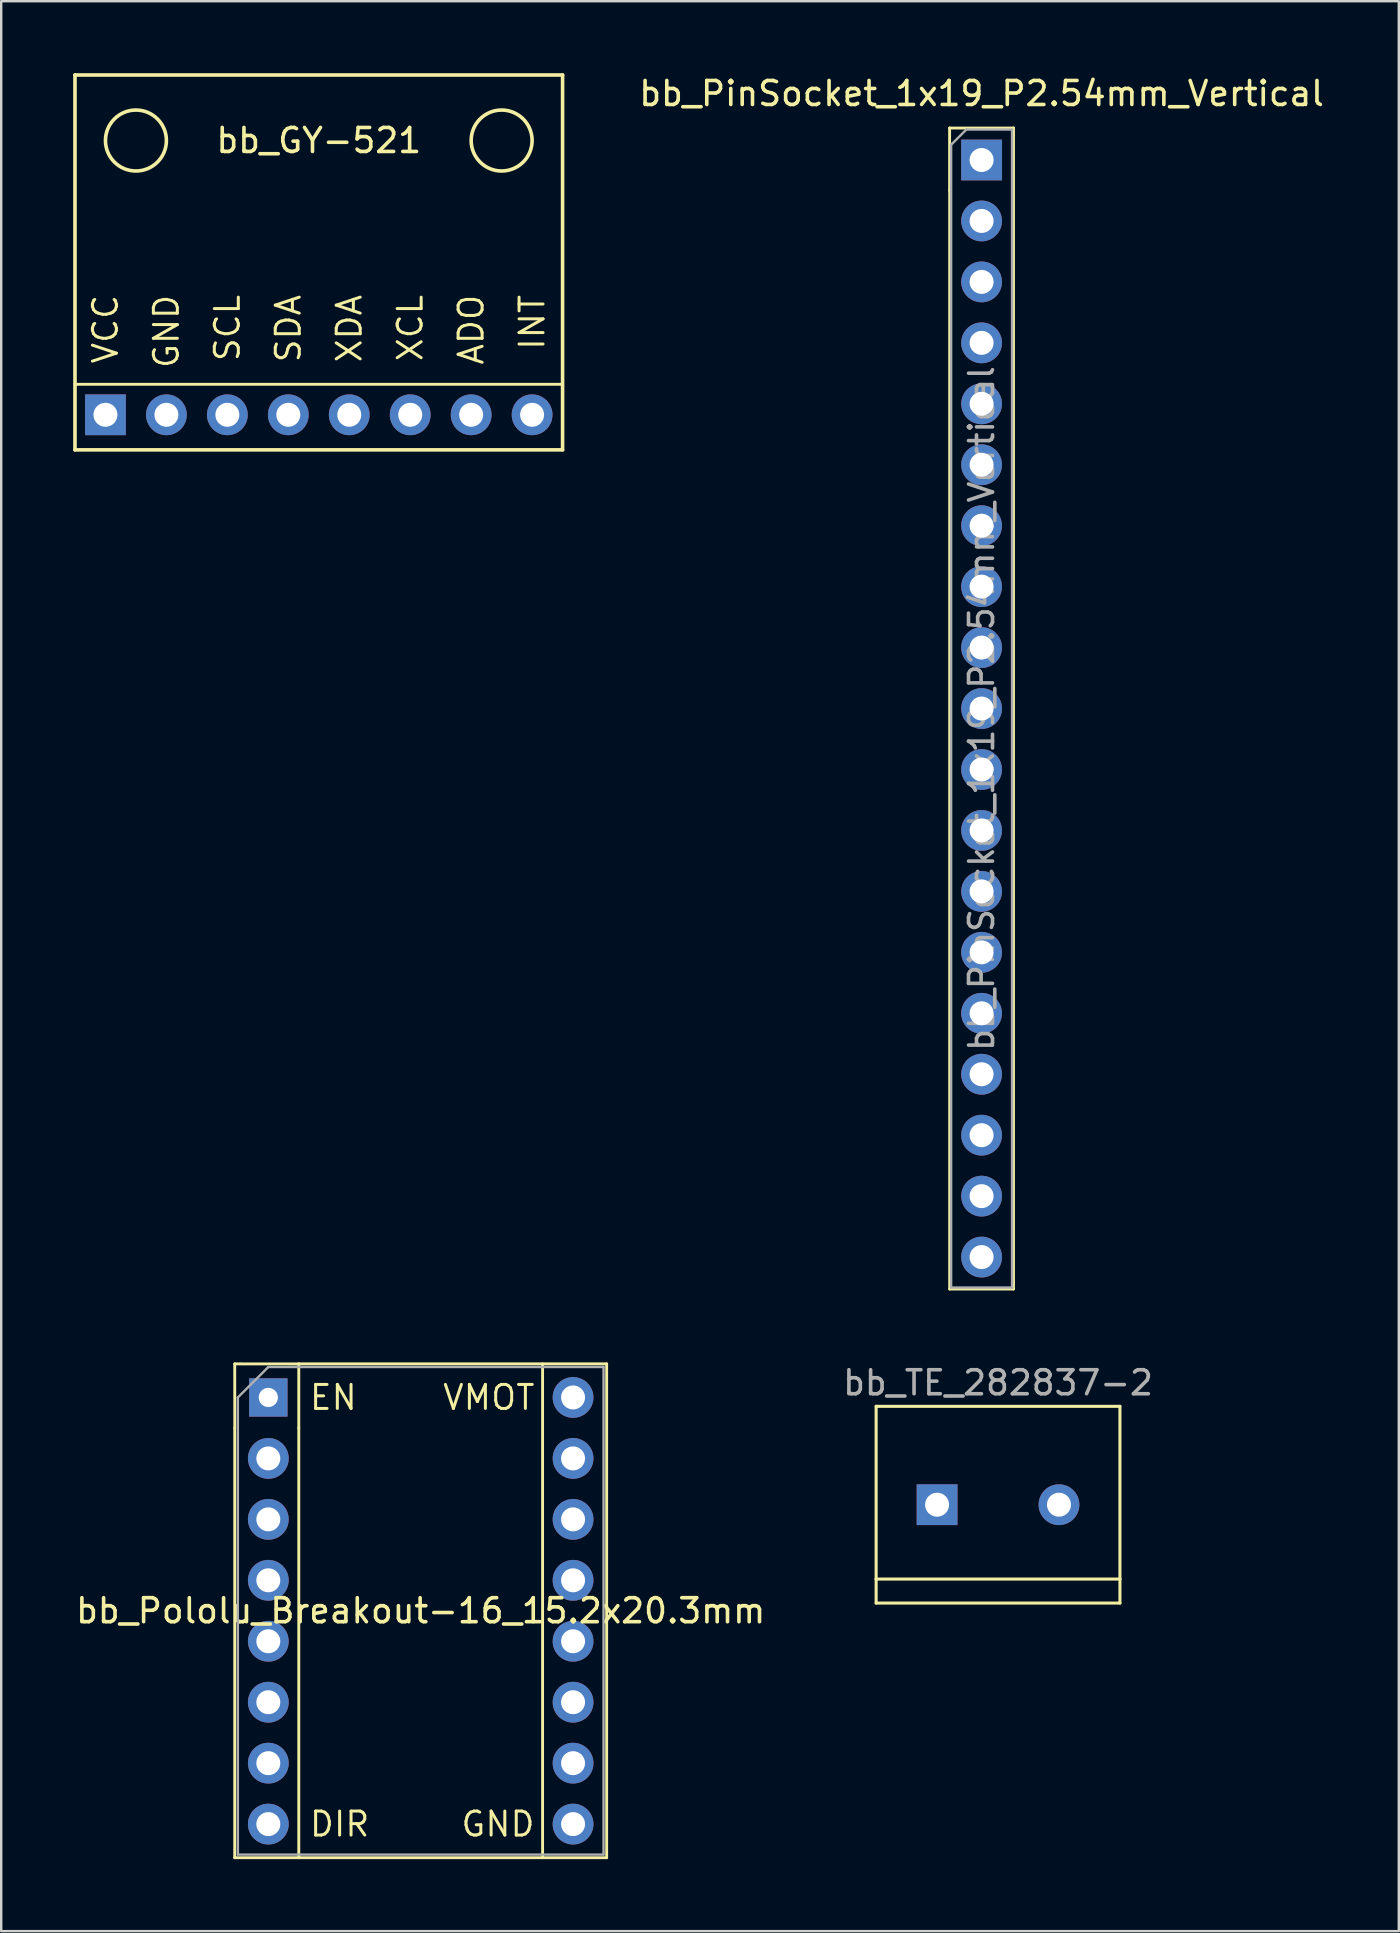
<source format=kicad_pcb>
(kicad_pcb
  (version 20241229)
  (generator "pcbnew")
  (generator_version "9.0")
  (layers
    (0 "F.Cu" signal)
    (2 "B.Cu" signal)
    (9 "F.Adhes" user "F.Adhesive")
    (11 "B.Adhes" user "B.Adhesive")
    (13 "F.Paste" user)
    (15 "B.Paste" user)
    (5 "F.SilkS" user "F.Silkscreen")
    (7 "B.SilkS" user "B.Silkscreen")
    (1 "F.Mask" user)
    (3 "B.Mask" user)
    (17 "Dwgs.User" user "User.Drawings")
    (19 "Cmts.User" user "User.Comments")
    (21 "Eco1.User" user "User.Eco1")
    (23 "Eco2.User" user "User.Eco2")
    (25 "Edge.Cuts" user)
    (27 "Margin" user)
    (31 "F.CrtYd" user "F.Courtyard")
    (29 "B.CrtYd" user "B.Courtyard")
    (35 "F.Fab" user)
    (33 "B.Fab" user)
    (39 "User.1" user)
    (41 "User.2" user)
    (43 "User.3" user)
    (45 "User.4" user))
  (footprint "bb_TE_282837-2"
    (layer "F.Cu")
    (at 38.542 59.657)
    (property "Reference" "bb_TE_282837-2" (at 0 -5.08 0) (layer "F.Fab") (effects (font (size 1 1) (thickness 0.15))))
    (attr through_hole)
    (fp_line (start -5.08 -4.1) (end 5.08 -4.1) (stroke (width 0.127) (type solid)) (layer "F.SilkS"))
    (fp_line (start -5.08 3.1) (end -5.08 -4.1) (stroke (width 0.127) (type solid)) (layer "F.SilkS"))
    (fp_line (start -5.08 3.1) (end 5.08 3.1) (stroke (width 0.127) (type solid)) (layer "F.SilkS"))
    (fp_line (start -5.08 4.1) (end -5.08 3.1) (stroke (width 0.127) (type solid)) (layer "F.SilkS"))
    (fp_line (start 5.08 -4.1) (end 5.08 3.1) (stroke (width 0.127) (type solid)) (layer "F.SilkS"))
    (fp_line (start 5.08 3.1) (end 5.08 4.1) (stroke (width 0.127) (type solid)) (layer "F.SilkS"))
    (fp_line (start 5.08 4.1) (end -5.08 4.1) (stroke (width 0.127) (type solid)) (layer "F.SilkS"))
    (fp_line (start -5.08 -4.1) (end 5.08 -4.1) (stroke (width 0.127) (type solid)) (layer "Eco2.User"))
    (fp_line (start -5.08 4.1) (end -5.08 -4.1) (stroke (width 0.127) (type solid)) (layer "Eco2.User"))
    (fp_line (start 5.08 -4.1) (end 5.08 4.1) (stroke (width 0.127) (type solid)) (layer "Eco2.User"))
    (fp_line (start 5.08 4.1) (end -5.08 4.1) (stroke (width 0.127) (type solid)) (layer "Eco2.User"))
    (pad "1" thru_hole rect (at -2.54 0) (size 1.7 1.7) (drill 1) (layers "*.Cu" "*.Mask"))
    (pad "2" thru_hole oval (at 2.54 0) (size 1.7 1.7) (drill 1) (layers "*.Cu" "*.Mask")))
  (footprint "bb_Pololu_Breakout-16_15.2x20.3mm"
    (layer "F.Cu")
    (at 14.482 62.808)
    (property "Reference" "bb_Pololu_Breakout-16_15.2x20.3mm" (at 0 1.27 0) (layer "F.SilkS") (effects (font (size 1 1) (thickness 0.15))))
    (attr through_hole)
    (fp_line (start -7.75 -9.02) (end -7.747 -6.35) (stroke (width 0.12) (type solid)) (layer "F.SilkS"))
    (fp_line (start -7.75 -6.35) (end -7.75 11.56) (stroke (width 0.12) (type solid)) (layer "F.SilkS"))
    (fp_line (start -7.75 11.56) (end 7.75 11.56) (stroke (width 0.12) (type solid)) (layer "F.SilkS"))
    (fp_line (start -5.08 -9.02) (end -5.08 -6.35) (stroke (width 0.12) (type solid)) (layer "F.SilkS"))
    (fp_line (start -5.08 -9.017) (end -7.75 -9.02) (stroke (width 0.12) (type solid)) (layer "F.SilkS"))
    (fp_line (start -5.08 -6.35) (end -5.08 11.56) (stroke (width 0.12) (type solid)) (layer "F.SilkS"))
    (fp_line (start 5.08 -9.02) (end 5.08 11.56) (stroke (width 0.12) (type solid)) (layer "F.SilkS"))
    (fp_line (start 7.75 -9.02) (end -5.08 -9.02) (stroke (width 0.12) (type solid)) (layer "F.SilkS"))
    (fp_line (start 7.75 11.56) (end 7.75 -9.02) (stroke (width 0.12) (type solid)) (layer "F.SilkS"))
    (fp_line (start -7.62 -7.62) (end -6.35 -8.89) (stroke (width 0.1) (type solid)) (layer "F.Fab"))
    (fp_line (start -7.62 11.43) (end -7.62 -7.62) (stroke (width 0.1) (type solid)) (layer "F.Fab"))
    (fp_line (start -6.35 -8.89) (end 7.62 -8.89) (stroke (width 0.1) (type solid)) (layer "F.Fab"))
    (fp_line (start 7.62 -8.89) (end 7.62 11.43) (stroke (width 0.1) (type solid)) (layer "F.Fab"))
    (fp_line (start 7.62 11.43) (end -7.62 11.43) (stroke (width 0.1) (type solid)) (layer "F.Fab"))
    (fp_text user "EN" (at -4.699 -7.62 0) (layer "F.SilkS") (effects (font (size 1 1) (thickness 0.125)) (justify left)))
    (fp_text user "GND" (at 4.826 10.16 0) (layer "F.SilkS") (effects (font (size 1 1) (thickness 0.125)) (justify right)))
    (fp_text user "DIR" (at -4.699 10.16 0) (layer "F.SilkS") (effects (font (size 1 1) (thickness 0.125)) (justify left)))
    (fp_text user "VMOT" (at 4.826 -7.62 0) (layer "F.SilkS") (effects (font (size 1 1) (thickness 0.125)) (justify right)))
    (pad "1" thru_hole rect (at -6.35 -7.62) (size 1.6 1.6) (drill 0.8) (layers "*.Cu" "*.Mask"))
    (pad "2" thru_hole oval (at -6.35 -5.08) (size 1.7 1.7) (drill 1) (layers "*.Cu" "*.Mask"))
    (pad "3" thru_hole oval (at -6.35 -2.54) (size 1.7 1.7) (drill 1) (layers "*.Cu" "*.Mask"))
    (pad "4" thru_hole oval (at -6.35 0) (size 1.7 1.7) (drill 1) (layers "*.Cu" "*.Mask"))
    (pad "5" thru_hole oval (at -6.35 2.54) (size 1.7 1.7) (drill 1) (layers "*.Cu" "*.Mask"))
    (pad "6" thru_hole oval (at -6.35 5.08) (size 1.7 1.7) (drill 1) (layers "*.Cu" "*.Mask"))
    (pad "7" thru_hole oval (at -6.35 7.62) (size 1.7 1.7) (drill 1) (layers "*.Cu" "*.Mask"))
    (pad "8" thru_hole oval (at -6.35 10.16) (size 1.7 1.7) (drill 1) (layers "*.Cu" "*.Mask"))
    (pad "9" thru_hole oval (at 6.35 10.16) (size 1.7 1.7) (drill 1) (layers "*.Cu" "*.Mask"))
    (pad "10" thru_hole oval (at 6.35 7.62) (size 1.7 1.7) (drill 1) (layers "*.Cu" "*.Mask"))
    (pad "11" thru_hole oval (at 6.35 5.08) (size 1.7 1.7) (drill 1) (layers "*.Cu" "*.Mask"))
    (pad "12" thru_hole oval (at 6.35 2.54) (size 1.7 1.7) (drill 1) (layers "*.Cu" "*.Mask"))
    (pad "13" thru_hole oval (at 6.35 0) (size 1.7 1.7) (drill 1) (layers "*.Cu" "*.Mask"))
    (pad "14" thru_hole oval (at 6.35 -2.54) (size 1.7 1.7) (drill 1) (layers "*.Cu" "*.Mask"))
    (pad "15" thru_hole oval (at 6.35 -5.08) (size 1.7 1.7) (drill 1) (layers "*.Cu" "*.Mask"))
    (pad "16" thru_hole oval (at 6.35 -7.62) (size 1.7 1.7) (drill 1) (layers "*.Cu" "*.Mask")))
  (footprint "bb_GY-521"
    (layer "F.Cu")
    (at 10.235 7.886)
    (property "Reference" "bb_GY-521" (at 0 -5.08 0) (layer "F.SilkS") (effects (font (size 1 1) (thickness 0.15))))
    (attr through_hole)
    (fp_line (start -10.16 -7.811) (end 10.16 -7.811) (stroke (width 0.15) (type solid)) (layer "F.SilkS"))
    (fp_line (start -10.16 5.08) (end 10.16 5.08) (stroke (width 0.12) (type solid)) (layer "F.SilkS"))
    (fp_line (start -10.16 7.811) (end -10.16 -7.811) (stroke (width 0.15) (type solid)) (layer "F.SilkS"))
    (fp_line (start 10.16 -7.811) (end 10.16 7.811) (stroke (width 0.15) (type solid)) (layer "F.SilkS"))
    (fp_line (start 10.16 7.811) (end -10.16 7.811) (stroke (width 0.15) (type solid)) (layer "F.SilkS"))
    (fp_circle (center -7.62 -5.08) (end -6.35 -5.08) (stroke (width 0.15) (type solid)) (fill no) (layer "F.SilkS"))
    (fp_circle (center 7.62 -5.08) (end 8.89 -5.08) (stroke (width 0.15) (type solid)) (fill no) (layer "F.SilkS"))
    (fp_text user "INT" (at 8.89 1.27 90) (layer "F.SilkS") (effects (font (size 1 1) (thickness 0.125)) (justify right)))
    (fp_text user "XDA" (at 1.27 1.27 90) (layer "F.SilkS") (effects (font (size 1 1) (thickness 0.125)) (justify right)))
    (fp_text user "GND" (at -6.35 1.27 90) (layer "F.SilkS") (effects (font (size 1 1) (thickness 0.125)) (justify right)))
    (fp_text user "XCL" (at 3.81 1.27 90) (layer "F.SilkS") (effects (font (size 1 1) (thickness 0.125)) (justify right)))
    (fp_text user "SDA" (at -1.27 1.27 90) (layer "F.SilkS") (effects (font (size 1 1) (thickness 0.125)) (justify right)))
    (fp_text user "SCL" (at -3.81 1.27 90) (layer "F.SilkS") (effects (font (size 1 1) (thickness 0.125)) (justify right)))
    (fp_text user "ADO" (at 6.35 1.27 90) (layer "F.SilkS") (effects (font (size 1 1) (thickness 0.125)) (justify right)))
    (fp_text user "VCC" (at -8.89 1.27 90) (layer "F.SilkS") (effects (font (size 1 1) (thickness 0.125)) (justify right)))
    (pad "1" thru_hole rect (at -8.89 6.35) (size 1.7 1.7) (drill 1) (layers "*.Cu" "*.Mask"))
    (pad "2" thru_hole oval (at -6.35 6.35) (size 1.7 1.7) (drill 1) (layers "*.Cu" "*.Mask"))
    (pad "3" thru_hole oval (at -3.81 6.35) (size 1.7 1.7) (drill 1) (layers "*.Cu" "*.Mask"))
    (pad "4" thru_hole oval (at -1.27 6.35) (size 1.7 1.7) (drill 1) (layers "*.Cu" "*.Mask"))
    (pad "5" thru_hole oval (at 1.27 6.35) (size 1.7 1.7) (drill 1) (layers "*.Cu" "*.Mask"))
    (pad "6" thru_hole oval (at 3.81 6.35) (size 1.7 1.7) (drill 1) (layers "*.Cu" "*.Mask"))
    (pad "7" thru_hole oval (at 6.35 6.35) (size 1.7 1.7) (drill 1) (layers "*.Cu" "*.Mask"))
    (pad "8" thru_hole oval (at 8.89 6.35) (size 1.7 1.7) (drill 1) (layers "*.Cu" "*.Mask")))
  (footprint "bb_PinSocket_1x19_P2.54mm_Vertical"
    (layer "F.Cu")
    (at 37.857 3.618)
    (property "Reference" "bb_PinSocket_1x19_P2.54mm_Vertical" (at 0 -2.77 0) (layer "F.SilkS") (effects (font (size 1 1) (thickness 0.15))))
    (attr through_hole)
    (fp_line (start -1.333 -1.333) (end -1.333 1.27) (stroke (width 0.12) (type solid)) (layer "F.SilkS"))
    (fp_line (start -1.33 -1.333) (end 1.333 -1.333) (stroke (width 0.12) (type solid)) (layer "F.SilkS"))
    (fp_line (start -1.33 1.27) (end -1.33 47.05) (stroke (width 0.12) (type solid)) (layer "F.SilkS"))
    (fp_line (start -1.33 47.05) (end 1.33 47.05) (stroke (width 0.12) (type solid)) (layer "F.SilkS"))
    (fp_line (start 1.33 -1.333) (end 1.33 47.05) (stroke (width 0.12) (type solid)) (layer "F.SilkS"))
    (fp_line (start -1.27 -0.635) (end -0.635 -1.27) (stroke (width 0.1) (type solid)) (layer "F.Fab"))
    (fp_line (start -1.27 46.99) (end -1.27 -0.635) (stroke (width 0.1) (type solid)) (layer "F.Fab"))
    (fp_line (start -0.635 -1.27) (end 1.27 -1.27) (stroke (width 0.1) (type solid)) (layer "F.Fab"))
    (fp_line (start 1.27 -1.27) (end 1.27 46.99) (stroke (width 0.1) (type solid)) (layer "F.Fab"))
    (fp_line (start 1.27 46.99) (end -1.27 46.99) (stroke (width 0.1) (type solid)) (layer "F.Fab"))
    (fp_text user "${REFERENCE}" (at 0 22.86 90) (layer "F.Fab") (effects (font (size 1 1) (thickness 0.15))))
    (pad "1" thru_hole oval (at 0 45.72) (size 1.7 1.7) (drill 1) (layers "*.Cu" "*.Mask"))
    (pad "2" thru_hole oval (at 0 43.18) (size 1.7 1.7) (drill 1) (layers "*.Cu" "*.Mask"))
    (pad "3" thru_hole oval (at 0 40.64) (size 1.7 1.7) (drill 1) (layers "*.Cu" "*.Mask"))
    (pad "4" thru_hole oval (at 0 38.1) (size 1.7 1.7) (drill 1) (layers "*.Cu" "*.Mask"))
    (pad "5" thru_hole oval (at 0 35.56) (size 1.7 1.7) (drill 1) (layers "*.Cu" "*.Mask"))
    (pad "6" thru_hole oval (at 0 33.02) (size 1.7 1.7) (drill 1) (layers "*.Cu" "*.Mask"))
    (pad "7" thru_hole oval (at 0 30.48) (size 1.7 1.7) (drill 1) (layers "*.Cu" "*.Mask"))
    (pad "8" thru_hole oval (at 0 27.94) (size 1.7 1.7) (drill 1) (layers "*.Cu" "*.Mask"))
    (pad "9" thru_hole oval (at 0 25.4) (size 1.7 1.7) (drill 1) (layers "*.Cu" "*.Mask"))
    (pad "10" thru_hole oval (at 0 22.86) (size 1.7 1.7) (drill 1) (layers "*.Cu" "*.Mask"))
    (pad "11" thru_hole oval (at 0 20.32) (size 1.7 1.7) (drill 1) (layers "*.Cu" "*.Mask"))
    (pad "12" thru_hole oval (at 0 17.78) (size 1.7 1.7) (drill 1) (layers "*.Cu" "*.Mask"))
    (pad "13" thru_hole oval (at 0 15.24) (size 1.7 1.7) (drill 1) (layers "*.Cu" "*.Mask"))
    (pad "14" thru_hole oval (at 0 12.7) (size 1.7 1.7) (drill 1) (layers "*.Cu" "*.Mask"))
    (pad "15" thru_hole oval (at 0 10.16) (size 1.7 1.7) (drill 1) (layers "*.Cu" "*.Mask"))
    (pad "16" thru_hole oval (at 0 7.62) (size 1.7 1.7) (drill 1) (layers "*.Cu" "*.Mask"))
    (pad "17" thru_hole oval (at 0 5.08) (size 1.7 1.7) (drill 1) (layers "*.Cu" "*.Mask"))
    (pad "18" thru_hole oval (at 0 2.54) (size 1.7 1.7) (drill 1) (layers "*.Cu" "*.Mask"))
    (pad "19" thru_hole rect (at 0 0) (size 1.7 1.7) (drill 1) (layers "*.Cu" "*.Mask")))
  (gr_rect
    (start -3 -3)
    (end 55.244 77.428)
    (stroke (width 0.1) (type default))
    (fill no)
    (layer "Edge.Cuts")))
</source>
